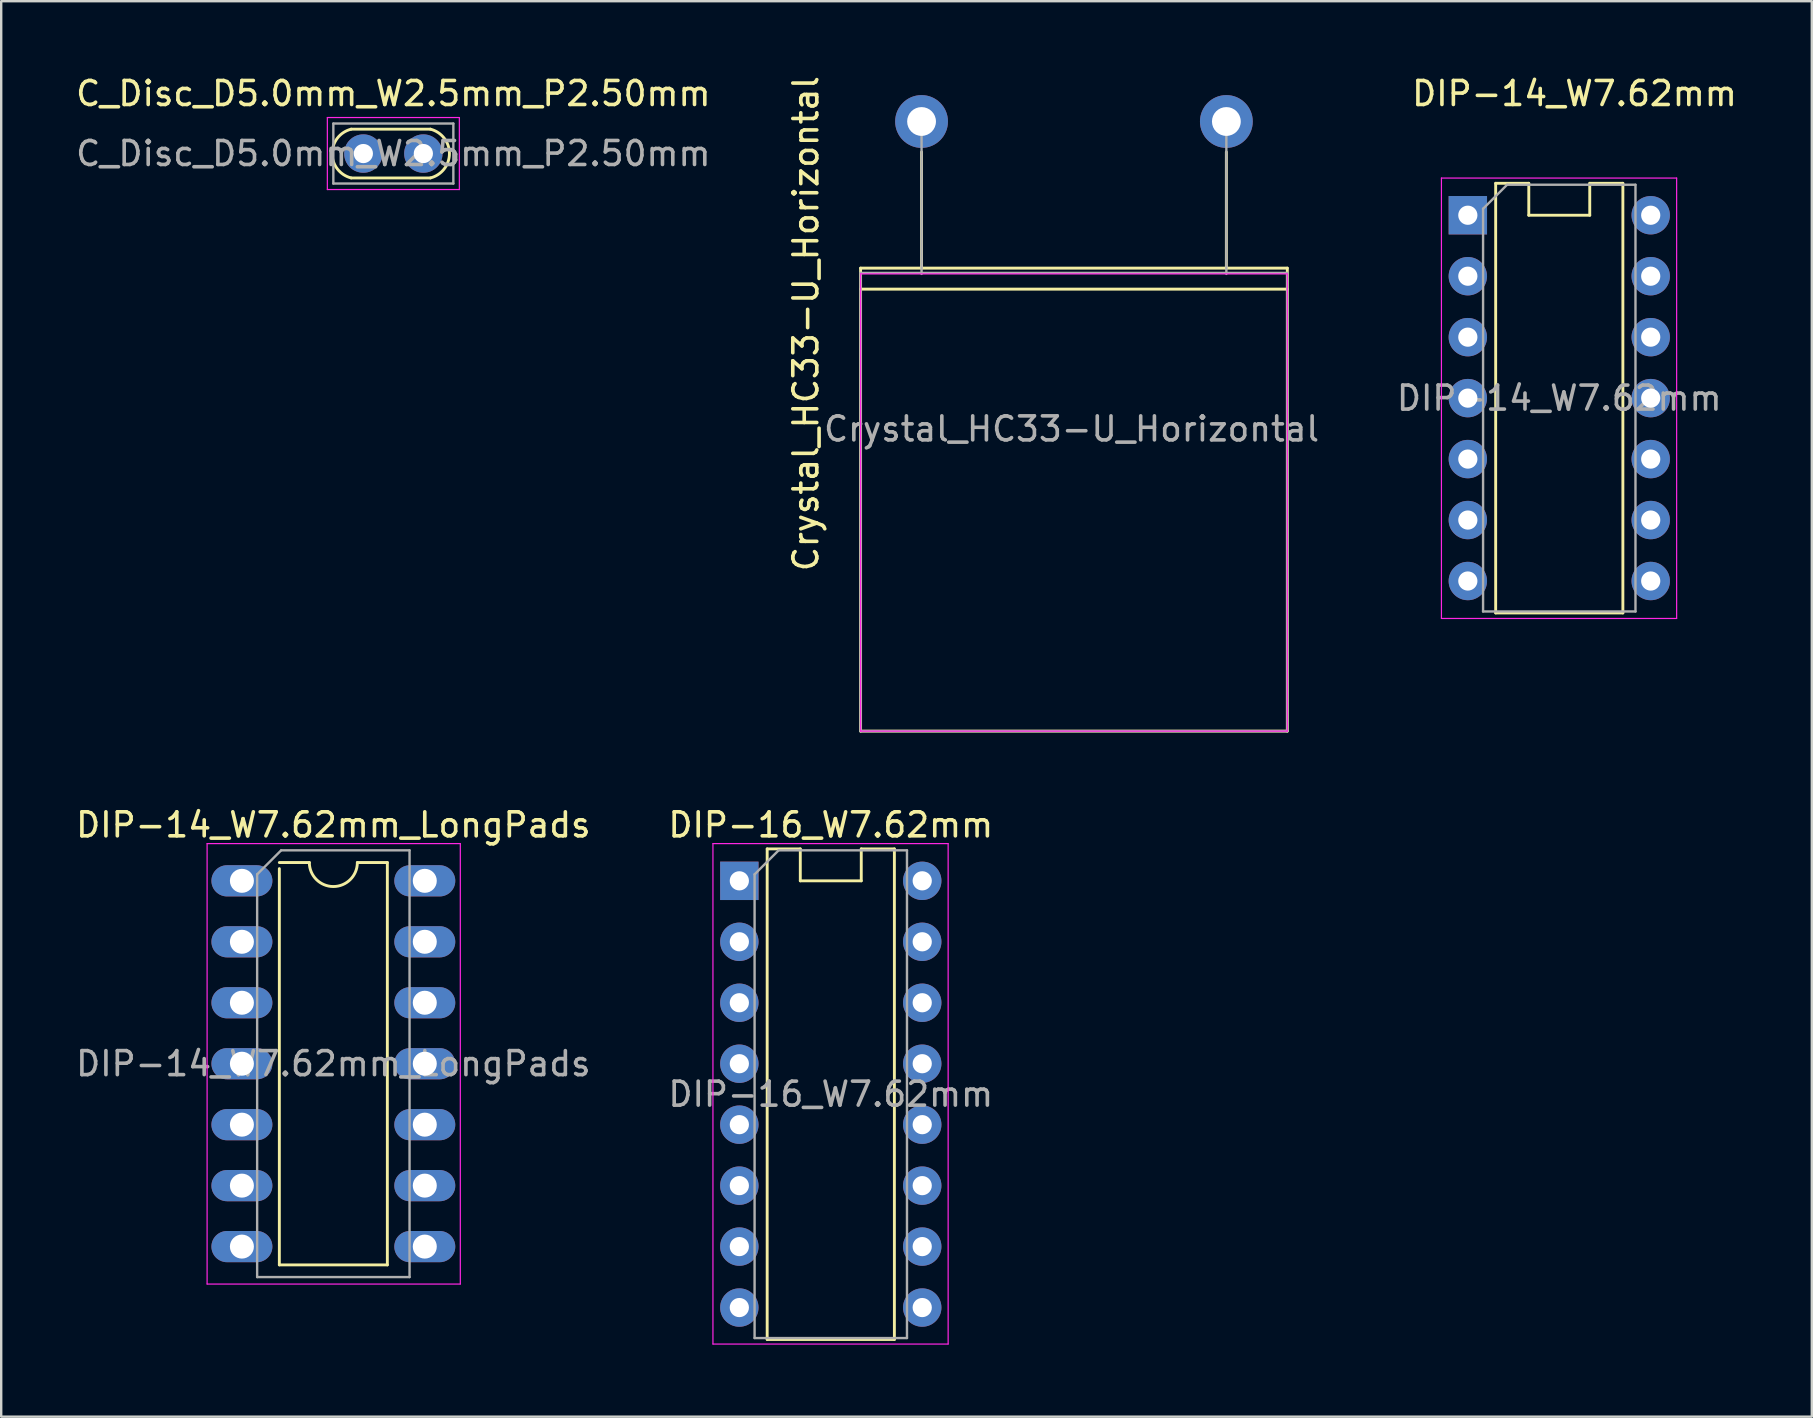
<source format=kicad_pcb>
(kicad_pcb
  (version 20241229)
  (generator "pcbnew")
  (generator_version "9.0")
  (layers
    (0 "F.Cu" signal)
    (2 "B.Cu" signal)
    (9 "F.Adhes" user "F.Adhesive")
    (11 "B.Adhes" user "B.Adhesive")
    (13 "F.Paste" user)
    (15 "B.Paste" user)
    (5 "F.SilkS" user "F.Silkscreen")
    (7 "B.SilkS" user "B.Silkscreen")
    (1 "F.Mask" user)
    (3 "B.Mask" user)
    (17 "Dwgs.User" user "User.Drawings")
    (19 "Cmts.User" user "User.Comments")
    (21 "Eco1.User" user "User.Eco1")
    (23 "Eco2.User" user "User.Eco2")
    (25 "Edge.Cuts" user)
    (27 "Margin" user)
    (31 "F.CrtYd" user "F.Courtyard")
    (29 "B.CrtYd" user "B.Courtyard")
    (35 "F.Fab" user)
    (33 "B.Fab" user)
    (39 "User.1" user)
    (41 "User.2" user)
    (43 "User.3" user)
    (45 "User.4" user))
  (footprint "Crystal_HC33-U_Horizontal"
    (layer "F.Cu")
    (at 35.347 2.012)
    (property "Reference" "Crystal_HC33-U_Horizontal" (at -4.82 8.422 90) (layer "F.SilkS") (effects (font (size 1 1) (thickness 0.15))))
    (attr through_hole)
    (fp_line (start -2.54 6.11) (end -2.54 25.4) (stroke (width 0.12) (type solid)) (layer "F.SilkS"))
    (fp_line (start -2.54 25.4) (end 15.24 25.4) (stroke (width 0.12) (type solid)) (layer "F.SilkS"))
    (fp_line (start 0 1.27) (end 0 6.11) (stroke (width 0.12) (type default)) (layer "F.SilkS"))
    (fp_line (start 12.7 1.27) (end 12.7 6.11) (stroke (width 0.12) (type default)) (layer "F.SilkS"))
    (fp_line (start 15.24 6.11) (end -2.54 6.11) (stroke (width 0.12) (type solid)) (layer "F.SilkS"))
    (fp_line (start 15.24 6.985) (end -2.54 6.985) (stroke (width 0.12) (type solid)) (layer "F.SilkS"))
    (fp_line (start 15.24 25.4) (end 15.24 6.11) (stroke (width 0.12) (type solid)) (layer "F.SilkS"))
    (fp_line (start -2.54 6.35) (end -2.54 25.4) (stroke (width 0.05) (type solid)) (layer "F.CrtYd"))
    (fp_line (start -2.54 25.4) (end 15.24 25.4) (stroke (width 0.05) (type solid)) (layer "F.CrtYd"))
    (fp_line (start 15.24 6.35) (end -2.54 6.35) (stroke (width 0.05) (type solid)) (layer "F.CrtYd"))
    (fp_line (start 15.24 25.4) (end 15.24 6.35) (stroke (width 0.05) (type solid)) (layer "F.CrtYd"))
    (fp_line (start -2.54 6.31) (end -2.54 25.4) (stroke (width 0.1) (type solid)) (layer "F.Fab"))
    (fp_line (start -2.54 25.4) (end 15.24 25.4) (stroke (width 0.1) (type solid)) (layer "F.Fab"))
    (fp_line (start 0 6.35) (end 0 0) (stroke (width 0.1) (type solid)) (layer "F.Fab"))
    (fp_line (start 12.7 6.35) (end 12.7 0) (stroke (width 0.1) (type solid)) (layer "F.Fab"))
    (fp_line (start 15.24 6.31) (end -2.54 6.31) (stroke (width 0.1) (type solid)) (layer "F.Fab"))
    (fp_line (start 15.24 25.4) (end 15.24 6.31) (stroke (width 0.1) (type solid)) (layer "F.Fab"))
    (fp_text user "${REFERENCE}" (at 6.25 12.81 0) (layer "F.Fab") (effects (font (size 1 1) (thickness 0.15))))
    (pad "1" thru_hole circle (at 0 0) (size 2.2 2.2) (drill 1.2) (layers "*.Cu" "*.Mask"))
    (pad "2" thru_hole circle (at 12.7 0) (size 2.2 2.2) (drill 1.2) (layers "*.Cu" "*.Mask")))
  (footprint "DIP-14_W7.62mm_LongPads"
    (layer "F.Cu")
    (at 7.029 33.65)
    (property "Reference" "DIP-14_W7.62mm_LongPads" (at 3.81 -2.33 0) (layer "F.SilkS") (effects (font (size 1 1) (thickness 0.15))))
    (attr through_hole)
    (fp_line (start 1.56 -0.508) (end 1.56 16.002) (stroke (width 0.12) (type solid)) (layer "F.SilkS"))
    (fp_line (start 1.56 16.002) (end 6.06 16.002) (stroke (width 0.12) (type solid)) (layer "F.SilkS"))
    (fp_line (start 2.81 -0.762) (end 1.56 -0.762) (stroke (width 0.12) (type solid)) (layer "F.SilkS"))
    (fp_line (start 6.06 -0.762) (end 4.81 -0.762) (stroke (width 0.12) (type solid)) (layer "F.SilkS"))
    (fp_line (start 6.06 16.002) (end 6.06 -0.762) (stroke (width 0.12) (type solid)) (layer "F.SilkS"))
    (fp_arc (start 4.81 -0.762) (mid 3.81 0.238) (end 2.81 -0.762) (stroke (width 0.12) (type solid)) (layer "F.SilkS"))
    (fp_line (start -1.45 -1.55) (end -1.45 16.8) (stroke (width 0.05) (type solid)) (layer "F.CrtYd"))
    (fp_line (start -1.45 16.8) (end 9.1 16.8) (stroke (width 0.05) (type solid)) (layer "F.CrtYd"))
    (fp_line (start 9.1 -1.55) (end -1.45 -1.55) (stroke (width 0.05) (type solid)) (layer "F.CrtYd"))
    (fp_line (start 9.1 16.8) (end 9.1 -1.55) (stroke (width 0.05) (type solid)) (layer "F.CrtYd"))
    (fp_line (start 0.635 -0.27) (end 1.635 -1.27) (stroke (width 0.1) (type solid)) (layer "F.Fab"))
    (fp_line (start 0.635 16.51) (end 0.635 -0.27) (stroke (width 0.1) (type solid)) (layer "F.Fab"))
    (fp_line (start 1.635 -1.27) (end 6.985 -1.27) (stroke (width 0.1) (type solid)) (layer "F.Fab"))
    (fp_line (start 6.985 -1.27) (end 6.985 16.51) (stroke (width 0.1) (type solid)) (layer "F.Fab"))
    (fp_line (start 6.985 16.51) (end 0.635 16.51) (stroke (width 0.1) (type solid)) (layer "F.Fab"))
    (fp_text user "${REFERENCE}" (at 3.81 7.62 0) (layer "F.Fab") (effects (font (size 1 1) (thickness 0.15))))
    (pad "1" thru_hole oval (at 0 0) (size 2.54 1.3) (drill 1) (layers "*.Cu" "*.Mask"))
    (pad "2" thru_hole oval (at 0 2.54) (size 2.54 1.3) (drill 1) (layers "*.Cu" "*.Mask"))
    (pad "3" thru_hole oval (at 0 5.08) (size 2.54 1.3) (drill 1) (layers "*.Cu" "*.Mask"))
    (pad "4" thru_hole oval (at 0 7.62) (size 2.54 1.3) (drill 1) (layers "*.Cu" "*.Mask"))
    (pad "5" thru_hole oval (at 0 10.16) (size 2.54 1.3) (drill 1) (layers "*.Cu" "*.Mask"))
    (pad "6" thru_hole oval (at 0 12.7) (size 2.54 1.3) (drill 1) (layers "*.Cu" "*.Mask"))
    (pad "7" thru_hole oval (at 0 15.24) (size 2.54 1.3) (drill 1) (layers "*.Cu" "*.Mask"))
    (pad "8" thru_hole oval (at 7.62 15.24) (size 2.54 1.3) (drill 1) (layers "*.Cu" "*.Mask"))
    (pad "9" thru_hole oval (at 7.62 12.7) (size 2.54 1.3) (drill 1) (layers "*.Cu" "*.Mask"))
    (pad "10" thru_hole oval (at 7.62 10.16) (size 2.54 1.3) (drill 1) (layers "*.Cu" "*.Mask"))
    (pad "11" thru_hole oval (at 7.62 7.62) (size 2.54 1.3) (drill 1) (layers "*.Cu" "*.Mask"))
    (pad "12" thru_hole oval (at 7.62 5.08) (size 2.54 1.3) (drill 1) (layers "*.Cu" "*.Mask"))
    (pad "13" thru_hole oval (at 7.62 2.54) (size 2.54 1.3) (drill 1) (layers "*.Cu" "*.Mask"))
    (pad "14" thru_hole oval (at 7.62 0) (size 2.54 1.3) (drill 1) (layers "*.Cu" "*.Mask")))
  (footprint "DIP-14_W7.62mm"
    (layer "F.Cu")
    (at 58.108 5.918)
    (property "Reference" "DIP-14_W7.62mm" (at 4.445 -5.07 180) (layer "F.SilkS") (effects (font (size 1 1) (thickness 0.15))))
    (attr through_hole)
    (fp_line (start 1.16 -1.33) (end 1.16 16.57) (stroke (width 0.12) (type solid)) (layer "F.SilkS"))
    (fp_line (start 1.16 16.57) (end 6.46 16.57) (stroke (width 0.12) (type solid)) (layer "F.SilkS"))
    (fp_line (start 2.54 -1.33) (end 1.16 -1.33) (stroke (width 0.12) (type solid)) (layer "F.SilkS"))
    (fp_line (start 2.54 -1.33) (end 2.54 0) (stroke (width 0.12) (type default)) (layer "F.SilkS"))
    (fp_line (start 2.54 0) (end 5.08 0) (stroke (width 0.12) (type default)) (layer "F.SilkS"))
    (fp_line (start 5.08 -1.33) (end 5.08 0) (stroke (width 0.12) (type default)) (layer "F.SilkS"))
    (fp_line (start 6.46 -1.33) (end 5.08 -1.33) (stroke (width 0.12) (type solid)) (layer "F.SilkS"))
    (fp_line (start 6.46 16.57) (end 6.46 -1.33) (stroke (width 0.12) (type solid)) (layer "F.SilkS"))
    (fp_line (start -1.1 -1.55) (end -1.1 16.8) (stroke (width 0.05) (type solid)) (layer "F.CrtYd"))
    (fp_line (start -1.1 16.8) (end 8.7 16.8) (stroke (width 0.05) (type solid)) (layer "F.CrtYd"))
    (fp_line (start 8.7 -1.55) (end -1.1 -1.55) (stroke (width 0.05) (type solid)) (layer "F.CrtYd"))
    (fp_line (start 8.7 16.8) (end 8.7 -1.55) (stroke (width 0.05) (type solid)) (layer "F.CrtYd"))
    (fp_line (start 0.635 -0.27) (end 1.635 -1.27) (stroke (width 0.1) (type solid)) (layer "F.Fab"))
    (fp_line (start 0.635 16.51) (end 0.635 -0.27) (stroke (width 0.1) (type solid)) (layer "F.Fab"))
    (fp_line (start 1.635 -1.27) (end 6.985 -1.27) (stroke (width 0.1) (type solid)) (layer "F.Fab"))
    (fp_line (start 6.985 -1.27) (end 6.985 16.51) (stroke (width 0.1) (type solid)) (layer "F.Fab"))
    (fp_line (start 6.985 16.51) (end 0.635 16.51) (stroke (width 0.1) (type solid)) (layer "F.Fab"))
    (fp_text user "${REFERENCE}" (at 3.81 7.62 180) (layer "F.Fab") (effects (font (size 1 1) (thickness 0.15))))
    (pad "1" thru_hole rect (at 0 0) (size 1.6 1.6) (drill 0.8) (layers "*.Cu" "*.Mask"))
    (pad "2" thru_hole oval (at 0 2.54) (size 1.6 1.6) (drill 0.8) (layers "*.Cu" "*.Mask"))
    (pad "3" thru_hole oval (at 0 5.08) (size 1.6 1.6) (drill 0.8) (layers "*.Cu" "*.Mask"))
    (pad "4" thru_hole oval (at 0 7.62) (size 1.6 1.6) (drill 0.8) (layers "*.Cu" "*.Mask"))
    (pad "5" thru_hole oval (at 0 10.16) (size 1.6 1.6) (drill 0.8) (layers "*.Cu" "*.Mask"))
    (pad "6" thru_hole oval (at 0 12.7) (size 1.6 1.6) (drill 0.8) (layers "*.Cu" "*.Mask"))
    (pad "7" thru_hole oval (at 0 15.24) (size 1.6 1.6) (drill 0.8) (layers "*.Cu" "*.Mask"))
    (pad "8" thru_hole oval (at 7.62 15.24) (size 1.6 1.6) (drill 0.8) (layers "*.Cu" "*.Mask"))
    (pad "9" thru_hole oval (at 7.62 12.7) (size 1.6 1.6) (drill 0.8) (layers "*.Cu" "*.Mask"))
    (pad "10" thru_hole oval (at 7.62 10.16) (size 1.6 1.6) (drill 0.8) (layers "*.Cu" "*.Mask"))
    (pad "11" thru_hole oval (at 7.62 7.62) (size 1.6 1.6) (drill 0.8) (layers "*.Cu" "*.Mask"))
    (pad "12" thru_hole oval (at 7.62 5.08) (size 1.6 1.6) (drill 0.8) (layers "*.Cu" "*.Mask"))
    (pad "13" thru_hole oval (at 7.62 2.54) (size 1.6 1.6) (drill 0.8) (layers "*.Cu" "*.Mask"))
    (pad "14" thru_hole oval (at 7.62 0) (size 1.6 1.6) (drill 0.8) (layers "*.Cu" "*.Mask")))
  (footprint "DIP-16_W7.62mm"
    (layer "F.Cu")
    (at 27.755 33.65)
    (property "Reference" "DIP-16_W7.62mm" (at 3.81 -2.33 0) (layer "F.SilkS") (effects (font (size 1 1) (thickness 0.15))))
    (attr through_hole)
    (fp_line (start 1.16 -1.33) (end 1.16 19.11) (stroke (width 0.12) (type solid)) (layer "F.SilkS"))
    (fp_line (start 1.16 19.11) (end 6.46 19.11) (stroke (width 0.12) (type solid)) (layer "F.SilkS"))
    (fp_line (start 2.54 -1.33) (end 1.16 -1.33) (stroke (width 0.12) (type solid)) (layer "F.SilkS"))
    (fp_line (start 2.54 -1.33) (end 2.54 0) (stroke (width 0.12) (type default)) (layer "F.SilkS"))
    (fp_line (start 2.54 0) (end 5.08 0) (stroke (width 0.12) (type default)) (layer "F.SilkS"))
    (fp_line (start 5.08 0) (end 5.08 -1.33) (stroke (width 0.12) (type default)) (layer "F.SilkS"))
    (fp_line (start 6.46 -1.33) (end 5.08 -1.33) (stroke (width 0.12) (type solid)) (layer "F.SilkS"))
    (fp_line (start 6.46 19.11) (end 6.46 -1.33) (stroke (width 0.12) (type solid)) (layer "F.SilkS"))
    (fp_line (start -1.1 -1.55) (end -1.1 19.3) (stroke (width 0.05) (type solid)) (layer "F.CrtYd"))
    (fp_line (start -1.1 19.3) (end 8.7 19.3) (stroke (width 0.05) (type solid)) (layer "F.CrtYd"))
    (fp_line (start 8.7 -1.55) (end -1.1 -1.55) (stroke (width 0.05) (type solid)) (layer "F.CrtYd"))
    (fp_line (start 8.7 19.3) (end 8.7 -1.55) (stroke (width 0.05) (type solid)) (layer "F.CrtYd"))
    (fp_line (start 0.635 -0.27) (end 1.635 -1.27) (stroke (width 0.1) (type solid)) (layer "F.Fab"))
    (fp_line (start 0.635 19.05) (end 0.635 -0.27) (stroke (width 0.1) (type solid)) (layer "F.Fab"))
    (fp_line (start 1.635 -1.27) (end 6.985 -1.27) (stroke (width 0.1) (type solid)) (layer "F.Fab"))
    (fp_line (start 6.985 -1.27) (end 6.985 19.05) (stroke (width 0.1) (type solid)) (layer "F.Fab"))
    (fp_line (start 6.985 19.05) (end 0.635 19.05) (stroke (width 0.1) (type solid)) (layer "F.Fab"))
    (fp_text user "${REFERENCE}" (at 3.81 8.89 0) (layer "F.Fab") (effects (font (size 1 1) (thickness 0.15))))
    (pad "1" thru_hole rect (at 0 0) (size 1.6 1.6) (drill 0.8) (layers "*.Cu" "*.Mask"))
    (pad "2" thru_hole oval (at 0 2.54) (size 1.6 1.6) (drill 0.8) (layers "*.Cu" "*.Mask"))
    (pad "3" thru_hole oval (at 0 5.08) (size 1.6 1.6) (drill 0.8) (layers "*.Cu" "*.Mask"))
    (pad "4" thru_hole oval (at 0 7.62) (size 1.6 1.6) (drill 0.8) (layers "*.Cu" "*.Mask"))
    (pad "5" thru_hole oval (at 0 10.16) (size 1.6 1.6) (drill 0.8) (layers "*.Cu" "*.Mask"))
    (pad "6" thru_hole oval (at 0 12.7) (size 1.6 1.6) (drill 0.8) (layers "*.Cu" "*.Mask"))
    (pad "7" thru_hole oval (at 0 15.24) (size 1.6 1.6) (drill 0.8) (layers "*.Cu" "*.Mask"))
    (pad "8" thru_hole oval (at 0 17.78) (size 1.6 1.6) (drill 0.8) (layers "*.Cu" "*.Mask"))
    (pad "9" thru_hole oval (at 7.62 17.78) (size 1.6 1.6) (drill 0.8) (layers "*.Cu" "*.Mask"))
    (pad "10" thru_hole oval (at 7.62 15.24) (size 1.6 1.6) (drill 0.8) (layers "*.Cu" "*.Mask"))
    (pad "11" thru_hole oval (at 7.62 12.7) (size 1.6 1.6) (drill 0.8) (layers "*.Cu" "*.Mask"))
    (pad "12" thru_hole oval (at 7.62 10.16) (size 1.6 1.6) (drill 0.8) (layers "*.Cu" "*.Mask"))
    (pad "13" thru_hole oval (at 7.62 7.62) (size 1.6 1.6) (drill 0.8) (layers "*.Cu" "*.Mask"))
    (pad "14" thru_hole oval (at 7.62 5.08) (size 1.6 1.6) (drill 0.8) (layers "*.Cu" "*.Mask"))
    (pad "15" thru_hole oval (at 7.62 2.54) (size 1.6 1.6) (drill 0.8) (layers "*.Cu" "*.Mask"))
    (pad "16" thru_hole oval (at 7.62 0) (size 1.6 1.6) (drill 0.8) (layers "*.Cu" "*.Mask")))
  (footprint "C_Disc_D5.0mm_W2.5mm_P2.50mm"
    (layer "F.Cu")
    (at 12.089 3.348)
    (property "Reference" "C_Disc_D5.0mm_W2.5mm_P2.50mm" (at 1.25 -2.5 0) (layer "F.SilkS") (effects (font (size 1 1) (thickness 0.15))))
    (attr through_hole)
    (fp_line (start -0.508 -1.016) (end 2.794 -1.016) (stroke (width 0.12) (type solid)) (layer "F.SilkS"))
    (fp_line (start -0.508 1.016) (end 2.794 1.016) (stroke (width 0.12) (type solid)) (layer "F.SilkS"))
    (fp_arc (start -0.508 1.015999) (mid -1.301268 0) (end -0.508 -1.015999) (stroke (width 0.12) (type default)) (layer "F.SilkS"))
    (fp_arc (start 2.794 -1.016) (mid 3.587268 -0.000001) (end 2.794 1.015998) (stroke (width 0.12) (type default)) (layer "F.SilkS"))
    (fp_line (start -1.5 -1.5) (end -1.5 1.5) (stroke (width 0.05) (type solid)) (layer "F.CrtYd"))
    (fp_line (start -1.5 1.5) (end 4 1.5) (stroke (width 0.05) (type solid)) (layer "F.CrtYd"))
    (fp_line (start 4 -1.5) (end -1.5 -1.5) (stroke (width 0.05) (type solid)) (layer "F.CrtYd"))
    (fp_line (start 4 1.5) (end 4 -1.5) (stroke (width 0.05) (type solid)) (layer "F.CrtYd"))
    (fp_line (start -1.25 -1.25) (end -1.25 1.25) (stroke (width 0.1) (type solid)) (layer "F.Fab"))
    (fp_line (start -1.25 1.25) (end 3.75 1.25) (stroke (width 0.1) (type solid)) (layer "F.Fab"))
    (fp_line (start 3.75 -1.25) (end -1.25 -1.25) (stroke (width 0.1) (type solid)) (layer "F.Fab"))
    (fp_line (start 3.75 1.25) (end 3.75 -1.25) (stroke (width 0.1) (type solid)) (layer "F.Fab"))
    (fp_text user "${REFERENCE}" (at 1.25 0 0) (layer "F.Fab") (effects (font (size 1 1) (thickness 0.15))))
    (pad "1" thru_hole circle (at 0 0) (size 1.6 1.6) (drill 0.8) (layers "*.Cu" "*.Mask"))
    (pad "2" thru_hole circle (at 2.5 0) (size 1.6 1.6) (drill 0.8) (layers "*.Cu" "*.Mask")))
  (gr_rect
    (start -3 -3)
    (end 72.44 55.975)
    (stroke (width 0.1) (type default))
    (fill no)
    (layer "Edge.Cuts")))
</source>
